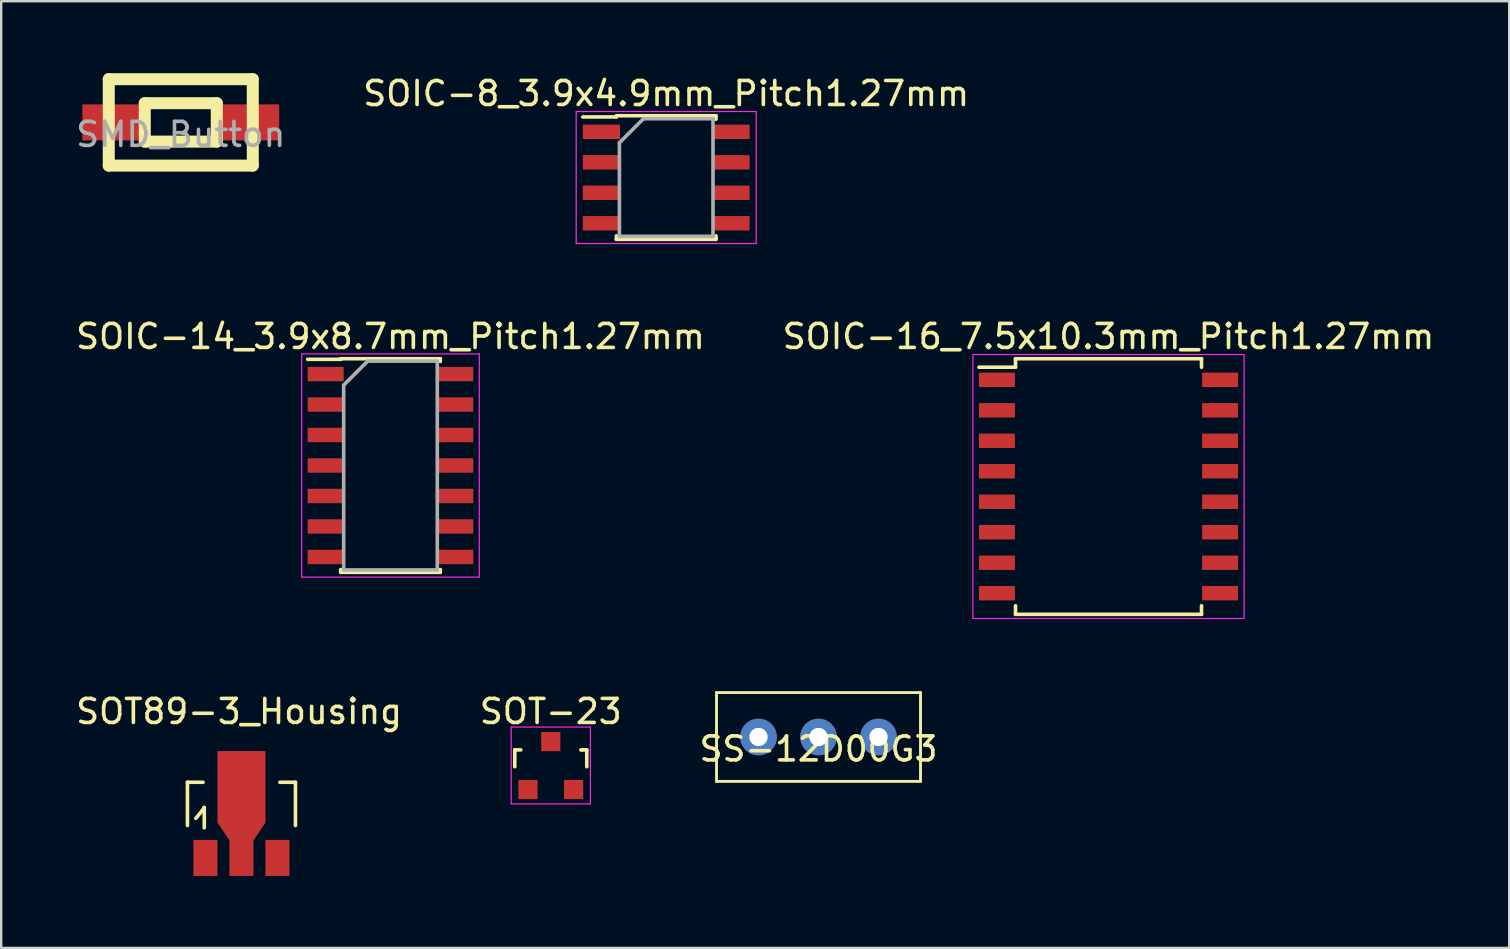
<source format=kicad_pcb>
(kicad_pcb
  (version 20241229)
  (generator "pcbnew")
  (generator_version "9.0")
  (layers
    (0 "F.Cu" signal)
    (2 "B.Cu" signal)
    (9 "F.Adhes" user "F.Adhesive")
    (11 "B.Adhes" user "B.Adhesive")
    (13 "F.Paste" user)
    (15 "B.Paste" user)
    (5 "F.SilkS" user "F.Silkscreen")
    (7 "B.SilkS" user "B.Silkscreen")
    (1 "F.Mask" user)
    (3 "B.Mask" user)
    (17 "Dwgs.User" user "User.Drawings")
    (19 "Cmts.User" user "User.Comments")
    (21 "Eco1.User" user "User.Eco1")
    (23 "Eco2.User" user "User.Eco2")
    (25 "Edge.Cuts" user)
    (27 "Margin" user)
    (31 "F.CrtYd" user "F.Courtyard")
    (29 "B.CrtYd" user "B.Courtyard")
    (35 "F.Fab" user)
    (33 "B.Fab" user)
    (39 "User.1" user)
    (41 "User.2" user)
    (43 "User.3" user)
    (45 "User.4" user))
  (footprint "SOIC-8_3.9x4.9mm_Pitch1.27mm"
    (layer "F.Cu")
    (at 24.708 4.348)
    (property "Reference" "SOIC-8_3.9x4.9mm_Pitch1.27mm" (at 0 -3.5 0) (layer "F.SilkS") (effects (font (size 1 1) (thickness 0.15))))
    (attr smd)
    (fp_line (start -2.075 -2.575) (end -2.075 -2.525) (stroke (width 0.15) (type solid)) (layer "F.SilkS"))
    (fp_line (start -2.075 -2.575) (end 2.075 -2.575) (stroke (width 0.15) (type solid)) (layer "F.SilkS"))
    (fp_line (start -2.075 -2.525) (end -3.475 -2.525) (stroke (width 0.15) (type solid)) (layer "F.SilkS"))
    (fp_line (start -2.075 2.575) (end -2.075 2.43) (stroke (width 0.15) (type solid)) (layer "F.SilkS"))
    (fp_line (start -2.075 2.575) (end 2.075 2.575) (stroke (width 0.15) (type solid)) (layer "F.SilkS"))
    (fp_line (start 2.075 -2.575) (end 2.075 -2.43) (stroke (width 0.15) (type solid)) (layer "F.SilkS"))
    (fp_line (start 2.075 2.575) (end 2.075 2.43) (stroke (width 0.15) (type solid)) (layer "F.SilkS"))
    (fp_line (start -3.75 -2.75) (end -3.75 2.75) (stroke (width 0.05) (type solid)) (layer "F.CrtYd"))
    (fp_line (start -3.75 -2.75) (end 3.75 -2.75) (stroke (width 0.05) (type solid)) (layer "F.CrtYd"))
    (fp_line (start -3.75 2.75) (end 3.75 2.75) (stroke (width 0.05) (type solid)) (layer "F.CrtYd"))
    (fp_line (start 3.75 -2.75) (end 3.75 2.75) (stroke (width 0.05) (type solid)) (layer "F.CrtYd"))
    (fp_line (start -1.95 -1.45) (end -0.95 -2.45) (stroke (width 0.15) (type solid)) (layer "F.Fab"))
    (fp_line (start -1.95 2.45) (end -1.95 -1.45) (stroke (width 0.15) (type solid)) (layer "F.Fab"))
    (fp_line (start -0.95 -2.45) (end 1.95 -2.45) (stroke (width 0.15) (type solid)) (layer "F.Fab"))
    (fp_line (start 1.95 -2.45) (end 1.95 2.45) (stroke (width 0.15) (type solid)) (layer "F.Fab"))
    (fp_line (start 1.95 2.45) (end -1.95 2.45) (stroke (width 0.15) (type solid)) (layer "F.Fab"))
    (pad "1" smd rect (at -2.7 -1.905) (size 1.55 0.6) (layers "F.Cu" "F.Mask" "F.Paste"))
    (pad "2" smd rect (at -2.7 -0.635) (size 1.55 0.6) (layers "F.Cu" "F.Mask" "F.Paste"))
    (pad "3" smd rect (at -2.7 0.635) (size 1.55 0.6) (layers "F.Cu" "F.Mask" "F.Paste"))
    (pad "4" smd rect (at -2.7 1.905) (size 1.55 0.6) (layers "F.Cu" "F.Mask" "F.Paste"))
    (pad "5" smd rect (at 2.7 1.905) (size 1.55 0.6) (layers "F.Cu" "F.Mask" "F.Paste"))
    (pad "6" smd rect (at 2.7 0.635) (size 1.55 0.6) (layers "F.Cu" "F.Mask" "F.Paste"))
    (pad "7" smd rect (at 2.7 -0.635) (size 1.55 0.6) (layers "F.Cu" "F.Mask" "F.Paste"))
    (pad "8" smd rect (at 2.7 -1.905) (size 1.55 0.6) (layers "F.Cu" "F.Mask" "F.Paste")))
  (footprint "SOT89-3_Housing"
    (layer "F.Cu")
    (at 7.01 30.844)
    (property "Reference" "SOT89-3_Housing" (at -0.099 -4.249 0) (layer "F.SilkS") (effects (font (size 1 1) (thickness 0.15))))
    (attr smd)
    (fp_line (start -2.25 -1.3) (end -2.25 0.5) (stroke (width 0.15) (type solid)) (layer "F.SilkS"))
    (fp_line (start -2.25 -1.3) (end -1.6 -1.3) (stroke (width 0.15) (type solid)) (layer "F.SilkS"))
    (fp_line (start -1.9 0.201) (end -1.651 -0.099) (stroke (width 0.15) (type solid)) (layer "F.SilkS"))
    (fp_line (start -1.651 -0.099) (end -1.549 -0.249) (stroke (width 0.15) (type solid)) (layer "F.SilkS"))
    (fp_line (start -1.549 -0.249) (end -1.549 0.599) (stroke (width 0.15) (type solid)) (layer "F.SilkS"))
    (fp_line (start 2.25 -1.3) (end 1.6 -1.3) (stroke (width 0.15) (type solid)) (layer "F.SilkS"))
    (fp_line (start 2.25 -1.3) (end 2.25 0.5) (stroke (width 0.15) (type solid)) (layer "F.SilkS"))
    (pad "1" smd rect (at -1.501 1.852) (size 1.001 1.501) (layers "F.Cu" "F.Mask" "F.Paste"))
    (pad "2" smd rect (at 0 -1.1) (size 1.999 3) (layers "F.Cu" "F.Mask" "F.Paste"))
    (pad "2" smd trapezoid (at 0 0.749 180) (size 1.501 0.749) (rect_delta 0 0.5) (layers "F.Cu" "F.Mask" "F.Paste"))
    (pad "2" smd rect (at 0 1.852) (size 1.001 1.501) (layers "F.Cu" "F.Mask" "F.Paste"))
    (pad "3" smd rect (at 1.501 1.852) (size 1.001 1.501) (layers "F.Cu" "F.Mask" "F.Paste")))
  (footprint "SOIC-14_3.9x8.7mm_Pitch1.27mm"
    (layer "F.Cu")
    (at 13.22 16.346)
    (property "Reference" "SOIC-14_3.9x8.7mm_Pitch1.27mm" (at 0 -5.375 0) (layer "F.SilkS") (effects (font (size 1 1) (thickness 0.15))))
    (attr smd)
    (fp_line (start -2.075 -4.45) (end -2.075 -4.425) (stroke (width 0.15) (type solid)) (layer "F.SilkS"))
    (fp_line (start -2.075 -4.45) (end 2.075 -4.45) (stroke (width 0.15) (type solid)) (layer "F.SilkS"))
    (fp_line (start -2.075 -4.425) (end -3.45 -4.425) (stroke (width 0.15) (type solid)) (layer "F.SilkS"))
    (fp_line (start -2.075 4.45) (end -2.075 4.335) (stroke (width 0.15) (type solid)) (layer "F.SilkS"))
    (fp_line (start -2.075 4.45) (end 2.075 4.45) (stroke (width 0.15) (type solid)) (layer "F.SilkS"))
    (fp_line (start 2.075 -4.45) (end 2.075 -4.335) (stroke (width 0.15) (type solid)) (layer "F.SilkS"))
    (fp_line (start 2.075 4.45) (end 2.075 4.335) (stroke (width 0.15) (type solid)) (layer "F.SilkS"))
    (fp_line (start -3.7 -4.65) (end -3.7 4.65) (stroke (width 0.05) (type solid)) (layer "F.CrtYd"))
    (fp_line (start -3.7 -4.65) (end 3.7 -4.65) (stroke (width 0.05) (type solid)) (layer "F.CrtYd"))
    (fp_line (start -3.7 4.65) (end 3.7 4.65) (stroke (width 0.05) (type solid)) (layer "F.CrtYd"))
    (fp_line (start 3.7 -4.65) (end 3.7 4.65) (stroke (width 0.05) (type solid)) (layer "F.CrtYd"))
    (fp_line (start -1.95 -3.35) (end -0.95 -4.35) (stroke (width 0.15) (type solid)) (layer "F.Fab"))
    (fp_line (start -1.95 4.35) (end -1.95 -3.35) (stroke (width 0.15) (type solid)) (layer "F.Fab"))
    (fp_line (start -0.95 -4.35) (end 1.95 -4.35) (stroke (width 0.15) (type solid)) (layer "F.Fab"))
    (fp_line (start 1.95 -4.35) (end 1.95 4.35) (stroke (width 0.15) (type solid)) (layer "F.Fab"))
    (fp_line (start 1.95 4.35) (end -1.95 4.35) (stroke (width 0.15) (type solid)) (layer "F.Fab"))
    (pad "1" smd rect (at -2.7 -3.81) (size 1.5 0.6) (layers "F.Cu" "F.Mask" "F.Paste"))
    (pad "2" smd rect (at -2.7 -2.54) (size 1.5 0.6) (layers "F.Cu" "F.Mask" "F.Paste"))
    (pad "3" smd rect (at -2.7 -1.27) (size 1.5 0.6) (layers "F.Cu" "F.Mask" "F.Paste"))
    (pad "4" smd rect (at -2.7 0) (size 1.5 0.6) (layers "F.Cu" "F.Mask" "F.Paste"))
    (pad "5" smd rect (at -2.7 1.27) (size 1.5 0.6) (layers "F.Cu" "F.Mask" "F.Paste"))
    (pad "6" smd rect (at -2.7 2.54) (size 1.5 0.6) (layers "F.Cu" "F.Mask" "F.Paste"))
    (pad "7" smd rect (at -2.7 3.81) (size 1.5 0.6) (layers "F.Cu" "F.Mask" "F.Paste"))
    (pad "8" smd rect (at 2.7 3.81) (size 1.5 0.6) (layers "F.Cu" "F.Mask" "F.Paste"))
    (pad "9" smd rect (at 2.7 2.54) (size 1.5 0.6) (layers "F.Cu" "F.Mask" "F.Paste"))
    (pad "10" smd rect (at 2.7 1.27) (size 1.5 0.6) (layers "F.Cu" "F.Mask" "F.Paste"))
    (pad "11" smd rect (at 2.7 0) (size 1.5 0.6) (layers "F.Cu" "F.Mask" "F.Paste"))
    (pad "12" smd rect (at 2.7 -1.27) (size 1.5 0.6) (layers "F.Cu" "F.Mask" "F.Paste"))
    (pad "13" smd rect (at 2.7 -2.54) (size 1.5 0.6) (layers "F.Cu" "F.Mask" "F.Paste"))
    (pad "14" smd rect (at 2.7 -3.81) (size 1.5 0.6) (layers "F.Cu" "F.Mask" "F.Paste")))
  (footprint "SOIC-16_7.5x10.3mm_Pitch1.27mm"
    (layer "F.Cu")
    (at 43.137 17.221)
    (property "Reference" "SOIC-16_7.5x10.3mm_Pitch1.27mm" (at 0 -6.25 0) (layer "F.SilkS") (effects (font (size 1 1) (thickness 0.15))))
    (attr smd)
    (fp_line (start -3.875 -5.325) (end -3.875 -4.97) (stroke (width 0.15) (type solid)) (layer "F.SilkS"))
    (fp_line (start -3.875 -5.325) (end 3.875 -5.325) (stroke (width 0.15) (type solid)) (layer "F.SilkS"))
    (fp_line (start -3.875 -4.97) (end -5.4 -4.97) (stroke (width 0.15) (type solid)) (layer "F.SilkS"))
    (fp_line (start -3.875 5.325) (end -3.875 4.97) (stroke (width 0.15) (type solid)) (layer "F.SilkS"))
    (fp_line (start -3.875 5.325) (end 3.875 5.325) (stroke (width 0.15) (type solid)) (layer "F.SilkS"))
    (fp_line (start 3.875 -5.325) (end 3.875 -4.97) (stroke (width 0.15) (type solid)) (layer "F.SilkS"))
    (fp_line (start 3.875 5.325) (end 3.875 4.97) (stroke (width 0.15) (type solid)) (layer "F.SilkS"))
    (fp_line (start -5.65 -5.5) (end -5.65 5.5) (stroke (width 0.05) (type solid)) (layer "F.CrtYd"))
    (fp_line (start -5.65 -5.5) (end 5.65 -5.5) (stroke (width 0.05) (type solid)) (layer "F.CrtYd"))
    (fp_line (start -5.65 5.5) (end 5.65 5.5) (stroke (width 0.05) (type solid)) (layer "F.CrtYd"))
    (fp_line (start 5.65 -5.5) (end 5.65 5.5) (stroke (width 0.05) (type solid)) (layer "F.CrtYd"))
    (pad "1" smd rect (at -4.65 -4.445) (size 1.5 0.6) (layers "F.Cu" "F.Mask" "F.Paste"))
    (pad "2" smd rect (at -4.65 -3.175) (size 1.5 0.6) (layers "F.Cu" "F.Mask" "F.Paste"))
    (pad "3" smd rect (at -4.65 -1.905) (size 1.5 0.6) (layers "F.Cu" "F.Mask" "F.Paste"))
    (pad "4" smd rect (at -4.65 -0.635) (size 1.5 0.6) (layers "F.Cu" "F.Mask" "F.Paste"))
    (pad "5" smd rect (at -4.65 0.635) (size 1.5 0.6) (layers "F.Cu" "F.Mask" "F.Paste"))
    (pad "6" smd rect (at -4.65 1.905) (size 1.5 0.6) (layers "F.Cu" "F.Mask" "F.Paste"))
    (pad "7" smd rect (at -4.65 3.175) (size 1.5 0.6) (layers "F.Cu" "F.Mask" "F.Paste"))
    (pad "8" smd rect (at -4.65 4.445) (size 1.5 0.6) (layers "F.Cu" "F.Mask" "F.Paste"))
    (pad "9" smd rect (at 4.65 4.445) (size 1.5 0.6) (layers "F.Cu" "F.Mask" "F.Paste"))
    (pad "10" smd rect (at 4.65 3.175) (size 1.5 0.6) (layers "F.Cu" "F.Mask" "F.Paste"))
    (pad "11" smd rect (at 4.65 1.905) (size 1.5 0.6) (layers "F.Cu" "F.Mask" "F.Paste"))
    (pad "12" smd rect (at 4.65 0.635) (size 1.5 0.6) (layers "F.Cu" "F.Mask" "F.Paste"))
    (pad "13" smd rect (at 4.65 -0.635) (size 1.5 0.6) (layers "F.Cu" "F.Mask" "F.Paste"))
    (pad "14" smd rect (at 4.65 -1.905) (size 1.5 0.6) (layers "F.Cu" "F.Mask" "F.Paste"))
    (pad "15" smd rect (at 4.65 -3.175) (size 1.5 0.6) (layers "F.Cu" "F.Mask" "F.Paste"))
    (pad "16" smd rect (at 4.65 -4.445) (size 1.5 0.6) (layers "F.Cu" "F.Mask" "F.Paste")))
  (footprint "SMD_Button"
    (layer "F.Cu")
    (at 4.482 2.05)
    (property "Reference" "SMD_Button" (at 0 0.5 0) (layer "F.Fab") (effects (font (size 1 1) (thickness 0.15))))
    (attr through_hole)
    (fp_line (start -3 -1.8) (end -3 1.8) (stroke (width 0.5) (type solid)) (layer "F.SilkS"))
    (fp_line (start -3 1.8) (end 3 1.8) (stroke (width 0.5) (type solid)) (layer "F.SilkS"))
    (fp_line (start -1.5 -0.8) (end -1.5 0.8) (stroke (width 0.5) (type solid)) (layer "F.SilkS"))
    (fp_line (start -1.5 0.8) (end 1.5 0.8) (stroke (width 0.5) (type solid)) (layer "F.SilkS"))
    (fp_line (start 1.5 -0.8) (end -1.5 -0.8) (stroke (width 0.5) (type solid)) (layer "F.SilkS"))
    (fp_line (start 1.5 0.8) (end 1.5 -0.8) (stroke (width 0.5) (type solid)) (layer "F.SilkS"))
    (fp_line (start 3 -1.8) (end -3 -1.8) (stroke (width 0.5) (type solid)) (layer "F.SilkS"))
    (fp_line (start 3 1.8) (end 3 -1.8) (stroke (width 0.5) (type solid)) (layer "F.SilkS"))
    (pad "1" smd rect (at 2.8 0) (size 2.6 1.5) (layers "F.Cu" "F.Mask" "F.Paste"))
    (pad "2" smd rect (at -2.8 0) (size 2.6 1.5) (layers "F.Cu" "F.Mask" "F.Paste")))
  (footprint "SOT-23"
    (layer "F.Cu")
    (at 19.899 28.845)
    (property "Reference" "SOT-23" (at 0 -2.25 0) (layer "F.SilkS") (effects (font (size 1 1) (thickness 0.15))))
    (attr smd)
    (fp_line (start -1.5 -0.65) (end -1.251 -0.65) (stroke (width 0.15) (type solid)) (layer "F.SilkS"))
    (fp_line (start -1.5 0.051) (end -1.5 -0.65) (stroke (width 0.15) (type solid)) (layer "F.SilkS"))
    (fp_line (start 1.299 -0.65) (end 1.251 -0.65) (stroke (width 0.15) (type solid)) (layer "F.SilkS"))
    (fp_line (start 1.299 -0.65) (end 1.5 -0.65) (stroke (width 0.15) (type solid)) (layer "F.SilkS"))
    (fp_line (start 1.5 -0.65) (end 1.5 0.051) (stroke (width 0.15) (type solid)) (layer "F.SilkS"))
    (fp_line (start -1.65 -1.6) (end 1.65 -1.6) (stroke (width 0.05) (type solid)) (layer "F.CrtYd"))
    (fp_line (start -1.65 1.6) (end -1.65 -1.6) (stroke (width 0.05) (type solid)) (layer "F.CrtYd"))
    (fp_line (start 1.65 -1.6) (end 1.65 1.6) (stroke (width 0.05) (type solid)) (layer "F.CrtYd"))
    (fp_line (start 1.65 1.6) (end -1.65 1.6) (stroke (width 0.05) (type solid)) (layer "F.CrtYd"))
    (pad "1" smd rect (at -0.95 1.001) (size 0.8 0.8) (layers "F.Cu" "F.Mask" "F.Paste"))
    (pad "2" smd rect (at 0.95 1.001) (size 0.8 0.8) (layers "F.Cu" "F.Mask" "F.Paste"))
    (pad "3" smd rect (at 0 -0.998) (size 0.8 0.8) (layers "F.Cu" "F.Mask" "F.Paste")))
  (footprint "SS-12D00G3"
    (layer "F.Cu")
    (at 31.054 27.657)
    (property "Reference" "SS-12D00G3" (at 0 0.5 0) (layer "F.SilkS") (effects (font (size 1 1) (thickness 0.15))))
    (attr through_hole)
    (fp_line (start -4.25 -1.85) (end -4.25 1.85) (stroke (width 0.12) (type solid)) (layer "F.SilkS"))
    (fp_line (start -4.25 1.85) (end 4.25 1.85) (stroke (width 0.12) (type solid)) (layer "F.SilkS"))
    (fp_line (start 4.25 -1.85) (end -4.25 -1.85) (stroke (width 0.12) (type solid)) (layer "F.SilkS"))
    (fp_line (start 4.25 1.85) (end 4.25 -1.85) (stroke (width 0.12) (type solid)) (layer "F.SilkS"))
    (pad "1" thru_hole circle (at -2.5 0) (size 1.524 1.524) (drill 0.762) (layers "*.Cu" "*.Mask"))
    (pad "2" thru_hole circle (at 0 0) (size 1.524 1.524) (drill 0.762) (layers "*.Cu" "*.Mask"))
    (pad "3" thru_hole circle (at 2.5 0) (size 1.524 1.524) (drill 0.762) (layers "*.Cu" "*.Mask")))
  (gr_rect
    (start -3 -3)
    (end 59.833 36.446)
    (stroke (width 0.1) (type default))
    (fill no)
    (layer "Edge.Cuts")))
</source>
